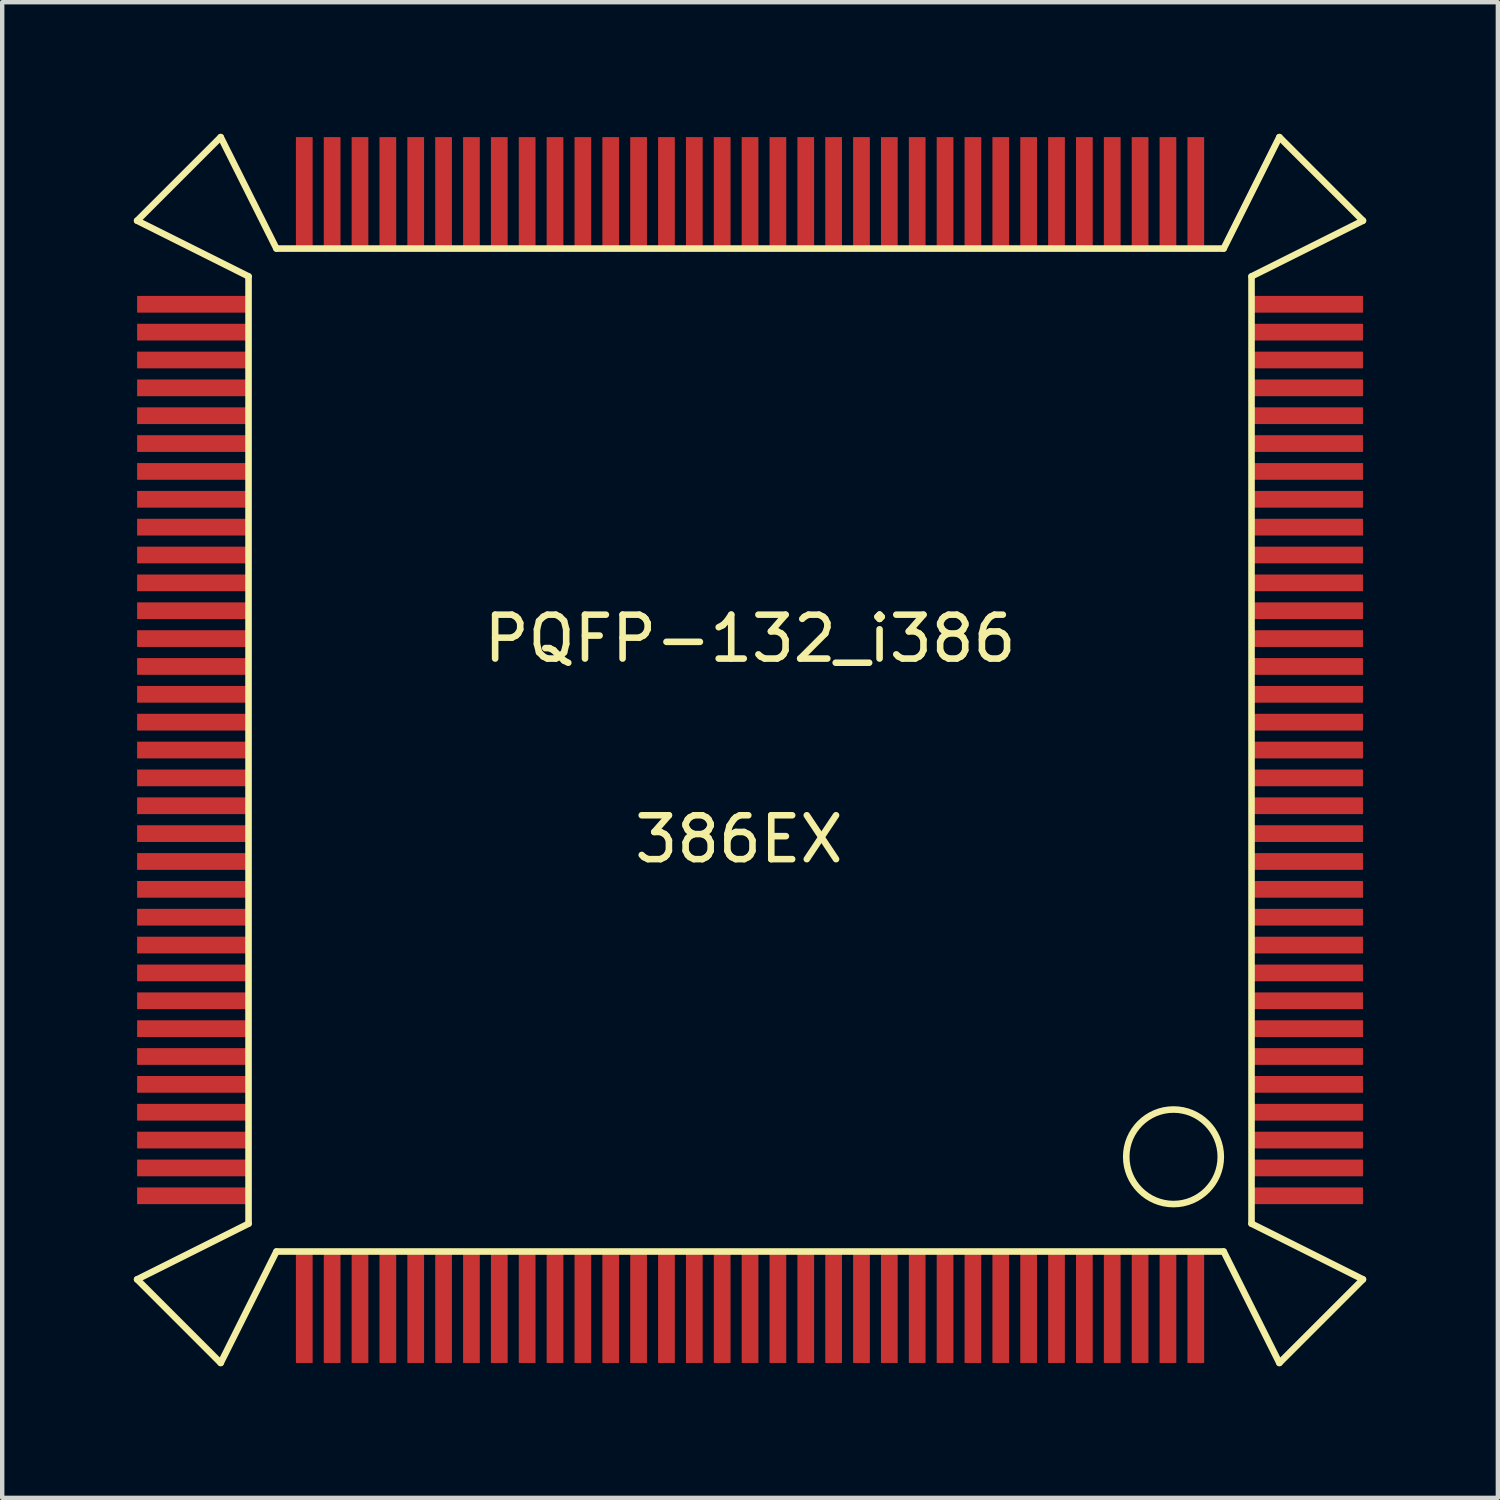
<source format=kicad_pcb>
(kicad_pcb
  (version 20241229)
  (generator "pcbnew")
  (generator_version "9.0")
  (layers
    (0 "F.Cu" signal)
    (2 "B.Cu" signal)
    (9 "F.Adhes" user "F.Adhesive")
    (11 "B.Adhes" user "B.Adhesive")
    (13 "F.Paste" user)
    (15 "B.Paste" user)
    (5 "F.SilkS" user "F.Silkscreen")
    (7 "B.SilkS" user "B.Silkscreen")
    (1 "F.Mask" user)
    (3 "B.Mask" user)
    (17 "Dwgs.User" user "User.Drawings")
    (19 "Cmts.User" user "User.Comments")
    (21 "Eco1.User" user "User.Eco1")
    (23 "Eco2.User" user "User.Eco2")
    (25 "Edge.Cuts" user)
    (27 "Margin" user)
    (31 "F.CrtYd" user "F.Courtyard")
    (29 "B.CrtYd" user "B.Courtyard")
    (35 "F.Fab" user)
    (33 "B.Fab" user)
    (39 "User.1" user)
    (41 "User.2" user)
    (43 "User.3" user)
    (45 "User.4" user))
  (footprint "PQFP-132_i386"
    (layer "F.Cu")
    (at 14.045 14.045)
    (property "Reference" "PQFP-132_i386" (at 0 -2.54 0) (layer "F.SilkS") (effects (font (size 1 1) (thickness 0.15))))
    (attr smd)
    (fp_line (start -13.97 -12.065) (end -11.43 -10.795) (stroke (width 0.15) (type solid)) (layer "F.SilkS"))
    (fp_line (start -13.97 12.065) (end -12.065 13.97) (stroke (width 0.15) (type solid)) (layer "F.SilkS"))
    (fp_line (start -12.065 -13.97) (end -13.97 -12.065) (stroke (width 0.15) (type solid)) (layer "F.SilkS"))
    (fp_line (start -12.065 13.97) (end -10.795 11.43) (stroke (width 0.15) (type solid)) (layer "F.SilkS"))
    (fp_line (start -11.43 -10.795) (end -11.43 10.795) (stroke (width 0.15) (type solid)) (layer "F.SilkS"))
    (fp_line (start -11.43 10.795) (end -13.97 12.065) (stroke (width 0.15) (type solid)) (layer "F.SilkS"))
    (fp_line (start -10.795 -11.43) (end -12.065 -13.97) (stroke (width 0.15) (type solid)) (layer "F.SilkS"))
    (fp_line (start -10.795 11.43) (end 10.795 11.43) (stroke (width 0.15) (type solid)) (layer "F.SilkS"))
    (fp_line (start 10.795 -11.43) (end -10.795 -11.43) (stroke (width 0.15) (type solid)) (layer "F.SilkS"))
    (fp_line (start 10.795 11.43) (end 12.065 13.97) (stroke (width 0.15) (type solid)) (layer "F.SilkS"))
    (fp_line (start 11.43 -10.795) (end 13.97 -12.065) (stroke (width 0.15) (type solid)) (layer "F.SilkS"))
    (fp_line (start 11.43 10.795) (end 11.43 -10.795) (stroke (width 0.15) (type solid)) (layer "F.SilkS"))
    (fp_line (start 12.065 -13.97) (end 10.795 -11.43) (stroke (width 0.15) (type solid)) (layer "F.SilkS"))
    (fp_line (start 12.065 13.97) (end 13.97 12.065) (stroke (width 0.15) (type solid)) (layer "F.SilkS"))
    (fp_line (start 13.97 -12.065) (end 12.065 -13.97) (stroke (width 0.15) (type solid)) (layer "F.SilkS"))
    (fp_line (start 13.97 12.065) (end 11.43 10.795) (stroke (width 0.15) (type solid)) (layer "F.SilkS"))
    (fp_circle (center 9.652 9.271) (end 10.414 10.033) (stroke (width 0.15) (type solid)) (fill no) (layer "F.SilkS"))
    (fp_text user "386EX" (at -0.254 2.032 0) (layer "F.SilkS") (effects (font (size 1 1) (thickness 0.15))))
    (pad "1" smd rect (at 12.7 10.16) (size 2.54 0.381) (layers "F.Cu" "F.Mask" "F.Paste"))
    (pad "2" smd rect (at 12.7 9.525) (size 2.54 0.381) (layers "F.Cu" "F.Mask" "F.Paste"))
    (pad "3" smd rect (at 12.7 8.89) (size 2.54 0.381) (layers "F.Cu" "F.Mask" "F.Paste"))
    (pad "4" smd rect (at 12.7 8.255) (size 2.54 0.381) (layers "F.Cu" "F.Mask" "F.Paste"))
    (pad "5" smd rect (at 12.7 7.62) (size 2.54 0.381) (layers "F.Cu" "F.Mask" "F.Paste"))
    (pad "6" smd rect (at 12.7 6.985) (size 2.54 0.381) (layers "F.Cu" "F.Mask" "F.Paste"))
    (pad "7" smd rect (at 12.7 6.35) (size 2.54 0.381) (layers "F.Cu" "F.Mask" "F.Paste"))
    (pad "8" smd rect (at 12.7 5.715) (size 2.54 0.381) (layers "F.Cu" "F.Mask" "F.Paste"))
    (pad "9" smd rect (at 12.7 5.08) (size 2.54 0.381) (layers "F.Cu" "F.Mask" "F.Paste"))
    (pad "10" smd rect (at 12.7 4.445) (size 2.54 0.381) (layers "F.Cu" "F.Mask" "F.Paste"))
    (pad "11" smd rect (at 12.7 3.81) (size 2.54 0.381) (layers "F.Cu" "F.Mask" "F.Paste"))
    (pad "12" smd rect (at 12.7 3.175) (size 2.54 0.381) (layers "F.Cu" "F.Mask" "F.Paste"))
    (pad "13" smd rect (at 12.7 2.54) (size 2.54 0.381) (layers "F.Cu" "F.Mask" "F.Paste"))
    (pad "14" smd rect (at 12.7 1.905) (size 2.54 0.381) (layers "F.Cu" "F.Mask" "F.Paste"))
    (pad "15" smd rect (at 12.7 1.27) (size 2.54 0.381) (layers "F.Cu" "F.Mask" "F.Paste"))
    (pad "16" smd rect (at 12.7 0.635) (size 2.54 0.381) (layers "F.Cu" "F.Mask" "F.Paste"))
    (pad "17" smd rect (at 12.7 0) (size 2.54 0.381) (layers "F.Cu" "F.Mask" "F.Paste"))
    (pad "18" smd rect (at 12.7 -0.635) (size 2.54 0.381) (layers "F.Cu" "F.Mask" "F.Paste"))
    (pad "19" smd rect (at 12.7 -1.27) (size 2.54 0.381) (layers "F.Cu" "F.Mask" "F.Paste"))
    (pad "20" smd rect (at 12.7 -1.905) (size 2.54 0.381) (layers "F.Cu" "F.Mask" "F.Paste"))
    (pad "21" smd rect (at 12.7 -2.54) (size 2.54 0.381) (layers "F.Cu" "F.Mask" "F.Paste"))
    (pad "22" smd rect (at 12.7 -3.175) (size 2.54 0.381) (layers "F.Cu" "F.Mask" "F.Paste"))
    (pad "23" smd rect (at 12.7 -3.81) (size 2.54 0.381) (layers "F.Cu" "F.Mask" "F.Paste"))
    (pad "24" smd rect (at 12.7 -4.445) (size 2.54 0.381) (layers "F.Cu" "F.Mask" "F.Paste"))
    (pad "25" smd rect (at 12.7 -5.08) (size 2.54 0.381) (layers "F.Cu" "F.Mask" "F.Paste"))
    (pad "26" smd rect (at 12.7 -5.715) (size 2.54 0.381) (layers "F.Cu" "F.Mask" "F.Paste"))
    (pad "27" smd rect (at 12.7 -6.35) (size 2.54 0.381) (layers "F.Cu" "F.Mask" "F.Paste"))
    (pad "28" smd rect (at 12.7 -6.985) (size 2.54 0.381) (layers "F.Cu" "F.Mask" "F.Paste"))
    (pad "29" smd rect (at 12.7 -7.62) (size 2.54 0.381) (layers "F.Cu" "F.Mask" "F.Paste"))
    (pad "30" smd rect (at 12.7 -8.255) (size 2.54 0.381) (layers "F.Cu" "F.Mask" "F.Paste"))
    (pad "31" smd rect (at 12.7 -8.89) (size 2.54 0.381) (layers "F.Cu" "F.Mask" "F.Paste"))
    (pad "32" smd rect (at 12.7 -9.525) (size 2.54 0.381) (layers "F.Cu" "F.Mask" "F.Paste"))
    (pad "33" smd rect (at 12.7 -10.16) (size 2.54 0.381) (layers "F.Cu" "F.Mask" "F.Paste"))
    (pad "34" smd rect (at 10.16 -12.7) (size 0.381 2.54) (layers "F.Cu" "F.Mask" "F.Paste"))
    (pad "35" smd rect (at 9.525 -12.7) (size 0.381 2.54) (layers "F.Cu" "F.Mask" "F.Paste"))
    (pad "36" smd rect (at 8.89 -12.7) (size 0.381 2.54) (layers "F.Cu" "F.Mask" "F.Paste"))
    (pad "37" smd rect (at 8.255 -12.7) (size 0.381 2.54) (layers "F.Cu" "F.Mask" "F.Paste"))
    (pad "38" smd rect (at 7.62 -12.7) (size 0.381 2.54) (layers "F.Cu" "F.Mask" "F.Paste"))
    (pad "39" smd rect (at 6.985 -12.7) (size 0.381 2.54) (layers "F.Cu" "F.Mask" "F.Paste"))
    (pad "40" smd rect (at 6.35 -12.7) (size 0.381 2.54) (layers "F.Cu" "F.Mask" "F.Paste"))
    (pad "41" smd rect (at 5.715 -12.7) (size 0.381 2.54) (layers "F.Cu" "F.Mask" "F.Paste"))
    (pad "42" smd rect (at 5.08 -12.7) (size 0.381 2.54) (layers "F.Cu" "F.Mask" "F.Paste"))
    (pad "43" smd rect (at 4.445 -12.7) (size 0.381 2.54) (layers "F.Cu" "F.Mask" "F.Paste"))
    (pad "44" smd rect (at 3.81 -12.7) (size 0.381 2.54) (layers "F.Cu" "F.Mask" "F.Paste"))
    (pad "45" smd rect (at 3.175 -12.7) (size 0.381 2.54) (layers "F.Cu" "F.Mask" "F.Paste"))
    (pad "46" smd rect (at 2.54 -12.7) (size 0.381 2.54) (layers "F.Cu" "F.Mask" "F.Paste"))
    (pad "47" smd rect (at 1.905 -12.7) (size 0.381 2.54) (layers "F.Cu" "F.Mask" "F.Paste"))
    (pad "48" smd rect (at 1.27 -12.7) (size 0.381 2.54) (layers "F.Cu" "F.Mask" "F.Paste"))
    (pad "49" smd rect (at 0.635 -12.7) (size 0.381 2.54) (layers "F.Cu" "F.Mask" "F.Paste"))
    (pad "50" smd rect (at 0 -12.7) (size 0.381 2.54) (layers "F.Cu" "F.Mask" "F.Paste"))
    (pad "51" smd rect (at -0.635 -12.7) (size 0.381 2.54) (layers "F.Cu" "F.Mask" "F.Paste"))
    (pad "52" smd rect (at -1.27 -12.7) (size 0.381 2.54) (layers "F.Cu" "F.Mask" "F.Paste"))
    (pad "53" smd rect (at -1.905 -12.7) (size 0.381 2.54) (layers "F.Cu" "F.Mask" "F.Paste"))
    (pad "54" smd rect (at -2.54 -12.7) (size 0.381 2.54) (layers "F.Cu" "F.Mask" "F.Paste"))
    (pad "55" smd rect (at -3.175 -12.7) (size 0.381 2.54) (layers "F.Cu" "F.Mask" "F.Paste"))
    (pad "56" smd rect (at -3.81 -12.7) (size 0.381 2.54) (layers "F.Cu" "F.Mask" "F.Paste"))
    (pad "57" smd rect (at -4.445 -12.7) (size 0.381 2.54) (layers "F.Cu" "F.Mask" "F.Paste"))
    (pad "58" smd rect (at -5.08 -12.7) (size 0.381 2.54) (layers "F.Cu" "F.Mask" "F.Paste"))
    (pad "59" smd rect (at -5.715 -12.7) (size 0.381 2.54) (layers "F.Cu" "F.Mask" "F.Paste"))
    (pad "60" smd rect (at -6.35 -12.7) (size 0.381 2.54) (layers "F.Cu" "F.Mask" "F.Paste"))
    (pad "61" smd rect (at -6.985 -12.7) (size 0.381 2.54) (layers "F.Cu" "F.Mask" "F.Paste"))
    (pad "62" smd rect (at -7.62 -12.7) (size 0.381 2.54) (layers "F.Cu" "F.Mask" "F.Paste"))
    (pad "63" smd rect (at -8.255 -12.7) (size 0.381 2.54) (layers "F.Cu" "F.Mask" "F.Paste"))
    (pad "64" smd rect (at -8.89 -12.7) (size 0.381 2.54) (layers "F.Cu" "F.Mask" "F.Paste"))
    (pad "65" smd rect (at -9.525 -12.7) (size 0.381 2.54) (layers "F.Cu" "F.Mask" "F.Paste"))
    (pad "66" smd rect (at -10.16 -12.7) (size 0.381 2.54) (layers "F.Cu" "F.Mask" "F.Paste"))
    (pad "67" smd rect (at -12.7 -10.16) (size 2.54 0.381) (layers "F.Cu" "F.Mask" "F.Paste"))
    (pad "68" smd rect (at -12.7 -9.525) (size 2.54 0.381) (layers "F.Cu" "F.Mask" "F.Paste"))
    (pad "69" smd rect (at -12.7 -8.89) (size 2.54 0.381) (layers "F.Cu" "F.Mask" "F.Paste"))
    (pad "70" smd rect (at -12.7 -8.255) (size 2.54 0.381) (layers "F.Cu" "F.Mask" "F.Paste"))
    (pad "71" smd rect (at -12.7 -7.62) (size 2.54 0.381) (layers "F.Cu" "F.Mask" "F.Paste"))
    (pad "72" smd rect (at -12.7 -6.985) (size 2.54 0.381) (layers "F.Cu" "F.Mask" "F.Paste"))
    (pad "73" smd rect (at -12.7 -6.35) (size 2.54 0.381) (layers "F.Cu" "F.Mask" "F.Paste"))
    (pad "74" smd rect (at -12.7 -5.715) (size 2.54 0.381) (layers "F.Cu" "F.Mask" "F.Paste"))
    (pad "75" smd rect (at -12.7 -5.08) (size 2.54 0.381) (layers "F.Cu" "F.Mask" "F.Paste"))
    (pad "76" smd rect (at -12.7 -4.445) (size 2.54 0.381) (layers "F.Cu" "F.Mask" "F.Paste"))
    (pad "77" smd rect (at -12.7 -3.81) (size 2.54 0.381) (layers "F.Cu" "F.Mask" "F.Paste"))
    (pad "78" smd rect (at -12.7 -3.175) (size 2.54 0.381) (layers "F.Cu" "F.Mask" "F.Paste"))
    (pad "79" smd rect (at -12.7 -2.54) (size 2.54 0.381) (layers "F.Cu" "F.Mask" "F.Paste"))
    (pad "80" smd rect (at -12.7 -1.905) (size 2.54 0.381) (layers "F.Cu" "F.Mask" "F.Paste"))
    (pad "81" smd rect (at -12.7 -1.27) (size 2.54 0.381) (layers "F.Cu" "F.Mask" "F.Paste"))
    (pad "82" smd rect (at -12.7 -0.635) (size 2.54 0.381) (layers "F.Cu" "F.Mask" "F.Paste"))
    (pad "83" smd rect (at -12.7 0) (size 2.54 0.381) (layers "F.Cu" "F.Mask" "F.Paste"))
    (pad "84" smd rect (at -12.7 0.635) (size 2.54 0.381) (layers "F.Cu" "F.Mask" "F.Paste"))
    (pad "85" smd rect (at -12.7 1.27) (size 2.54 0.381) (layers "F.Cu" "F.Mask" "F.Paste"))
    (pad "86" smd rect (at -12.7 1.905) (size 2.54 0.381) (layers "F.Cu" "F.Mask" "F.Paste"))
    (pad "87" smd rect (at -12.7 2.54) (size 2.54 0.381) (layers "F.Cu" "F.Mask" "F.Paste"))
    (pad "88" smd rect (at -12.7 3.175) (size 2.54 0.381) (layers "F.Cu" "F.Mask" "F.Paste"))
    (pad "89" smd rect (at -12.7 3.81) (size 2.54 0.381) (layers "F.Cu" "F.Mask" "F.Paste"))
    (pad "90" smd rect (at -12.7 4.445) (size 2.54 0.381) (layers "F.Cu" "F.Mask" "F.Paste"))
    (pad "91" smd rect (at -12.7 5.08) (size 2.54 0.381) (layers "F.Cu" "F.Mask" "F.Paste"))
    (pad "92" smd rect (at -12.7 5.715) (size 2.54 0.381) (layers "F.Cu" "F.Mask" "F.Paste"))
    (pad "93" smd rect (at -12.7 6.35) (size 2.54 0.381) (layers "F.Cu" "F.Mask" "F.Paste"))
    (pad "94" smd rect (at -12.7 6.985) (size 2.54 0.381) (layers "F.Cu" "F.Mask" "F.Paste"))
    (pad "95" smd rect (at -12.7 7.62) (size 2.54 0.381) (layers "F.Cu" "F.Mask" "F.Paste"))
    (pad "96" smd rect (at -12.7 8.255) (size 2.54 0.381) (layers "F.Cu" "F.Mask" "F.Paste"))
    (pad "97" smd rect (at -12.7 8.89) (size 2.54 0.381) (layers "F.Cu" "F.Mask" "F.Paste"))
    (pad "98" smd rect (at -12.7 9.525) (size 2.54 0.381) (layers "F.Cu" "F.Mask" "F.Paste"))
    (pad "99" smd rect (at -12.7 10.16) (size 2.54 0.381) (layers "F.Cu" "F.Mask" "F.Paste"))
    (pad "100" smd rect (at -10.16 12.7) (size 0.381 2.54) (layers "F.Cu" "F.Mask" "F.Paste"))
    (pad "101" smd rect (at -9.525 12.7) (size 0.381 2.54) (layers "F.Cu" "F.Mask" "F.Paste"))
    (pad "102" smd rect (at -8.89 12.7) (size 0.381 2.54) (layers "F.Cu" "F.Mask" "F.Paste"))
    (pad "103" smd rect (at -8.255 12.7) (size 0.381 2.54) (layers "F.Cu" "F.Mask" "F.Paste"))
    (pad "104" smd rect (at -7.62 12.7) (size 0.381 2.54) (layers "F.Cu" "F.Mask" "F.Paste"))
    (pad "105" smd rect (at -6.985 12.7) (size 0.381 2.54) (layers "F.Cu" "F.Mask" "F.Paste"))
    (pad "106" smd rect (at -6.35 12.7) (size 0.381 2.54) (layers "F.Cu" "F.Mask" "F.Paste"))
    (pad "107" smd rect (at -5.715 12.7) (size 0.381 2.54) (layers "F.Cu" "F.Mask" "F.Paste"))
    (pad "108" smd rect (at -5.08 12.7) (size 0.381 2.54) (layers "F.Cu" "F.Mask" "F.Paste"))
    (pad "109" smd rect (at -4.445 12.7) (size 0.381 2.54) (layers "F.Cu" "F.Mask" "F.Paste"))
    (pad "110" smd rect (at -3.81 12.7) (size 0.381 2.54) (layers "F.Cu" "F.Mask" "F.Paste"))
    (pad "111" smd rect (at -3.175 12.7) (size 0.381 2.54) (layers "F.Cu" "F.Mask" "F.Paste"))
    (pad "112" smd rect (at -2.54 12.7) (size 0.381 2.54) (layers "F.Cu" "F.Mask" "F.Paste"))
    (pad "113" smd rect (at -1.905 12.7) (size 0.381 2.54) (layers "F.Cu" "F.Mask" "F.Paste"))
    (pad "114" smd rect (at -1.27 12.7) (size 0.381 2.54) (layers "F.Cu" "F.Mask" "F.Paste"))
    (pad "115" smd rect (at -0.635 12.7) (size 0.381 2.54) (layers "F.Cu" "F.Mask" "F.Paste"))
    (pad "116" smd rect (at 0 12.7) (size 0.381 2.54) (layers "F.Cu" "F.Mask" "F.Paste"))
    (pad "117" smd rect (at 0.635 12.7) (size 0.381 2.54) (layers "F.Cu" "F.Mask" "F.Paste"))
    (pad "118" smd rect (at 1.27 12.7) (size 0.381 2.54) (layers "F.Cu" "F.Mask" "F.Paste"))
    (pad "119" smd rect (at 1.905 12.7) (size 0.381 2.54) (layers "F.Cu" "F.Mask" "F.Paste"))
    (pad "120" smd rect (at 2.54 12.7) (size 0.381 2.54) (layers "F.Cu" "F.Mask" "F.Paste"))
    (pad "121" smd rect (at 3.175 12.7) (size 0.381 2.54) (layers "F.Cu" "F.Mask" "F.Paste"))
    (pad "122" smd rect (at 3.81 12.7) (size 0.381 2.54) (layers "F.Cu" "F.Mask" "F.Paste"))
    (pad "123" smd rect (at 4.445 12.7) (size 0.381 2.54) (layers "F.Cu" "F.Mask" "F.Paste"))
    (pad "124" smd rect (at 5.08 12.7) (size 0.381 2.54) (layers "F.Cu" "F.Mask" "F.Paste"))
    (pad "125" smd rect (at 5.715 12.7) (size 0.381 2.54) (layers "F.Cu" "F.Mask" "F.Paste"))
    (pad "126" smd rect (at 6.35 12.7) (size 0.381 2.54) (layers "F.Cu" "F.Mask" "F.Paste"))
    (pad "127" smd rect (at 6.985 12.7) (size 0.381 2.54) (layers "F.Cu" "F.Mask" "F.Paste"))
    (pad "128" smd rect (at 7.62 12.7) (size 0.381 2.54) (layers "F.Cu" "F.Mask" "F.Paste"))
    (pad "129" smd rect (at 8.255 12.7) (size 0.381 2.54) (layers "F.Cu" "F.Mask" "F.Paste"))
    (pad "130" smd rect (at 8.89 12.7) (size 0.381 2.54) (layers "F.Cu" "F.Mask" "F.Paste"))
    (pad "131" smd rect (at 9.525 12.7) (size 0.381 2.54) (layers "F.Cu" "F.Mask" "F.Paste"))
    (pad "132" smd rect (at 10.16 12.7) (size 0.381 2.54) (layers "F.Cu" "F.Mask" "F.Paste")))
  (gr_rect
    (start -3 -3)
    (end 31.09 31.09)
    (stroke (width 0.1) (type default))
    (fill no)
    (layer "Edge.Cuts")))
</source>
